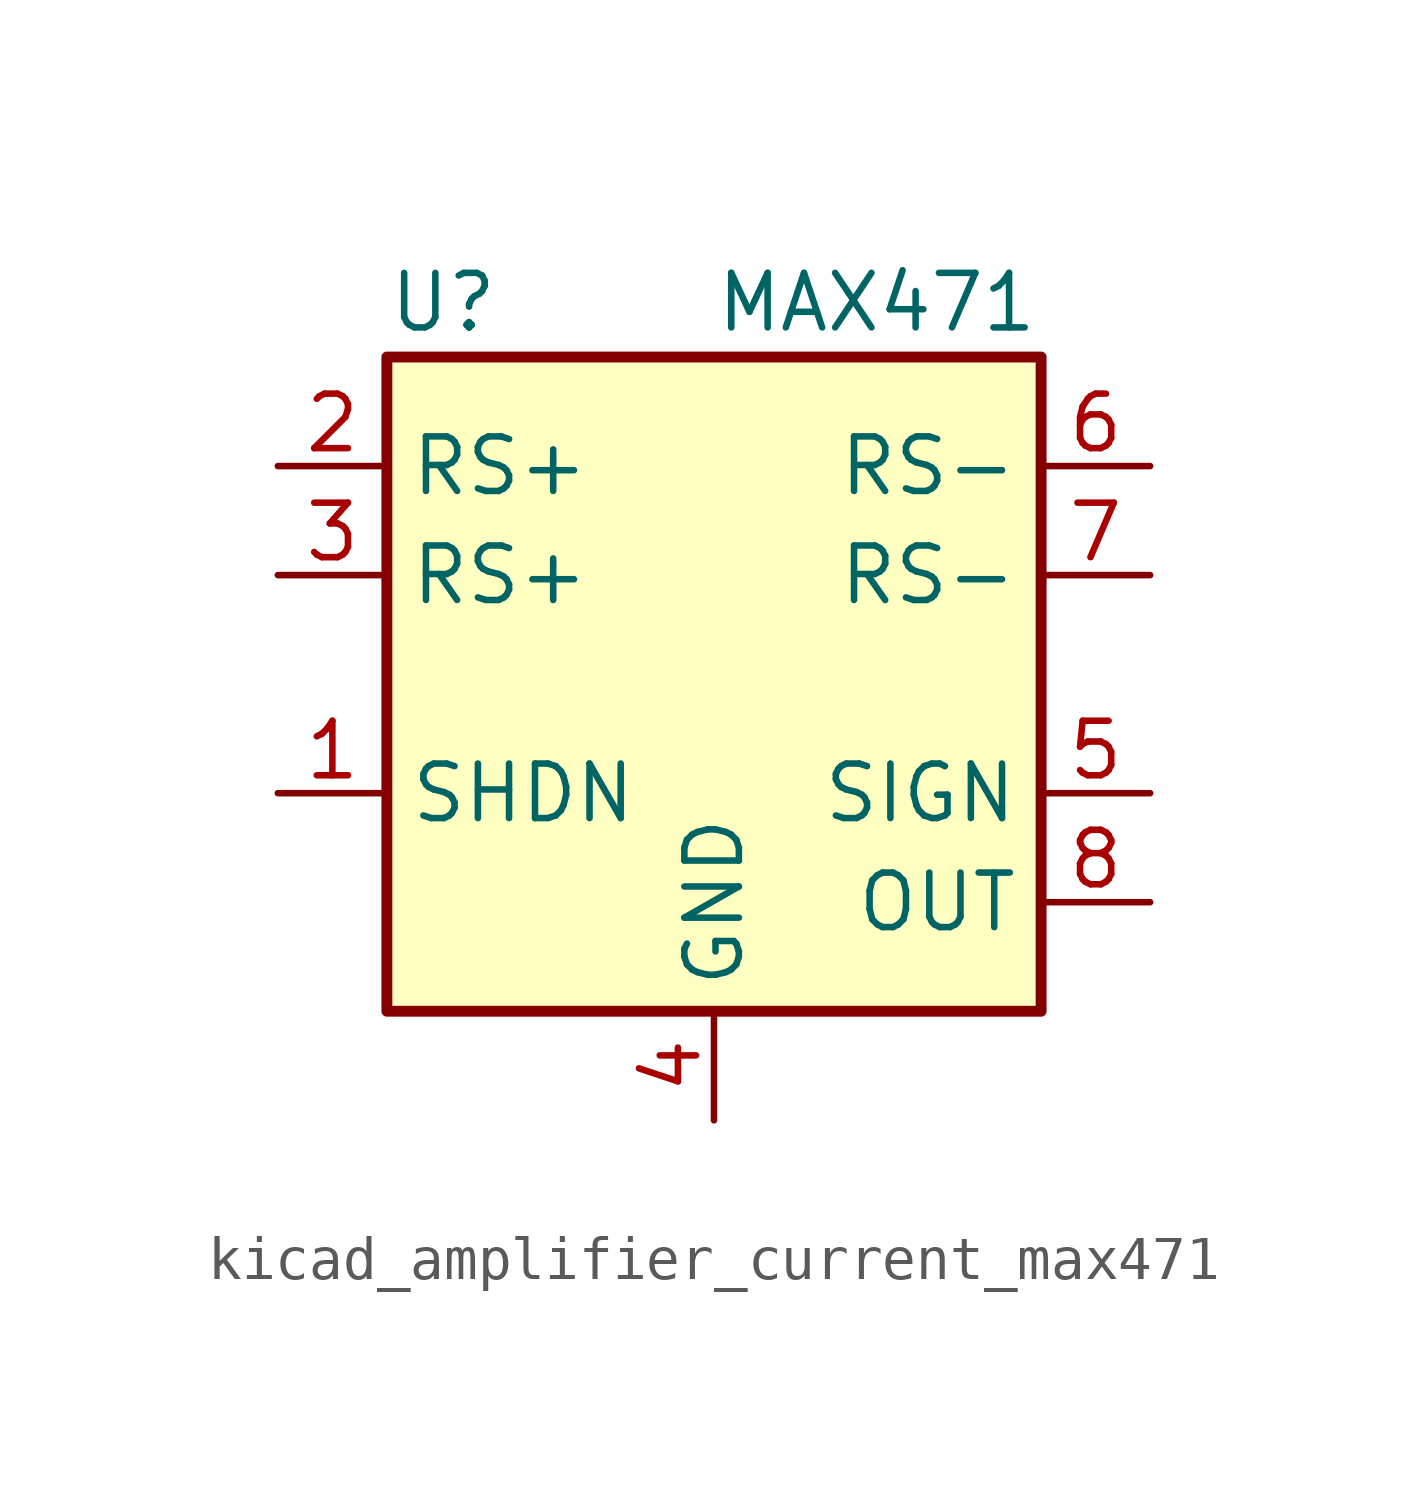
<source format=kicad_sym>
(kicad_symbol_lib
  (version 20220914)
  (generator kicad_symbol_editor)
  (symbol "kicad_amplifier_current_max471"
    (property "Reference" "U"
      (at -7.62 8.89 0)
      (effects (font (size 1.27 1.27)) (justify left)))
    (property "Value" "MAX471"
      (at 0 8.89 0)
      (effects (font (size 1.27 1.27)) (justify left)))
    (symbol "kicad_amplifier_current_max471_0_1"
      (rectangle (start -7.62 7.62) (end 7.62 -7.62) (stroke (width 0.254) (type default)) (fill (type background))))
    (symbol "kicad_amplifier_current_max471_1_1"
      (pin input line (at -10.16 -2.54 0) (length 2.54) (name "SHDN" (effects (font (size 1.27 1.27)))) (number "1" (effects (font (size 1.27 1.27)))))
      (pin input line (at -10.16 5.08 0) (length 2.54) (name "RS+" (effects (font (size 1.27 1.27)))) (number "2" (effects (font (size 1.27 1.27)))))
      (pin input line (at -10.16 2.54 0) (length 2.54) (name "RS+" (effects (font (size 1.27 1.27)))) (number "3" (effects (font (size 1.27 1.27)))))
      (pin power_in line (at 0 -10.16 90) (length 2.54) (name "GND" (effects (font (size 1.27 1.27)))) (number "4" (effects (font (size 1.27 1.27)))))
      (pin open_collector line (at 10.16 -2.54 180) (length 2.54) (name "SIGN" (effects (font (size 1.27 1.27)))) (number "5" (effects (font (size 1.27 1.27)))))
      (pin input line (at 10.16 5.08 180) (length 2.54) (name "RS-" (effects (font (size 1.27 1.27)))) (number "6" (effects (font (size 1.27 1.27)))))
      (pin input line (at 10.16 2.54 180) (length 2.54) (name "RS-" (effects (font (size 1.27 1.27)))) (number "7" (effects (font (size 1.27 1.27)))))
      (pin output line (at 10.16 -5.08 180) (length 2.54) (name "OUT" (effects (font (size 1.27 1.27)))) (number "8" (effects (font (size 1.27 1.27))))))))
</source>
